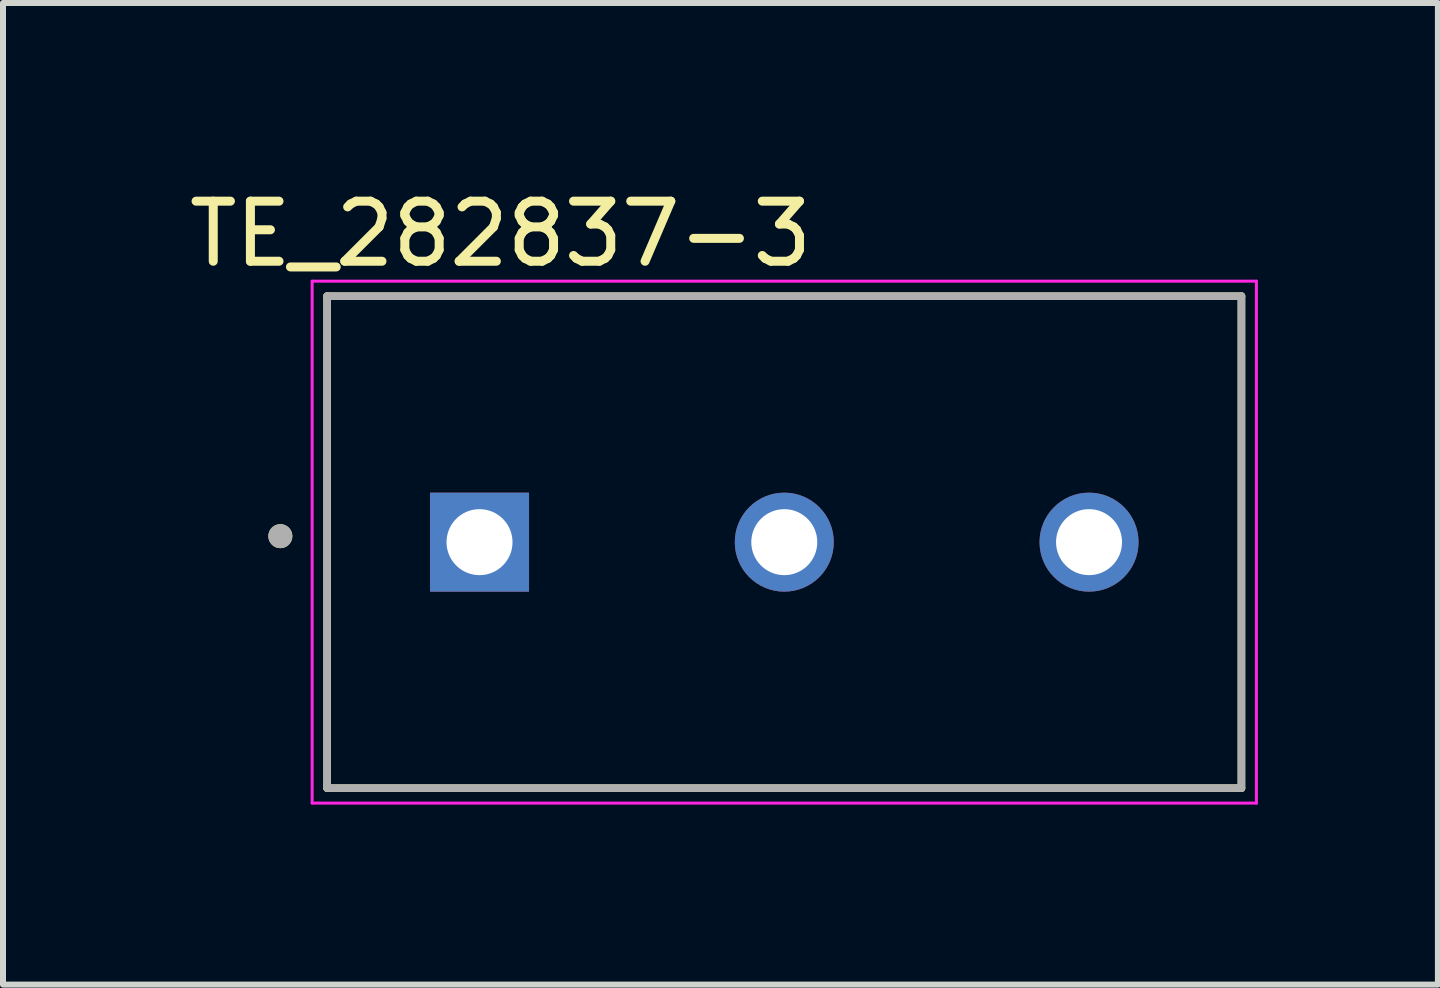
<source format=kicad_pcb>
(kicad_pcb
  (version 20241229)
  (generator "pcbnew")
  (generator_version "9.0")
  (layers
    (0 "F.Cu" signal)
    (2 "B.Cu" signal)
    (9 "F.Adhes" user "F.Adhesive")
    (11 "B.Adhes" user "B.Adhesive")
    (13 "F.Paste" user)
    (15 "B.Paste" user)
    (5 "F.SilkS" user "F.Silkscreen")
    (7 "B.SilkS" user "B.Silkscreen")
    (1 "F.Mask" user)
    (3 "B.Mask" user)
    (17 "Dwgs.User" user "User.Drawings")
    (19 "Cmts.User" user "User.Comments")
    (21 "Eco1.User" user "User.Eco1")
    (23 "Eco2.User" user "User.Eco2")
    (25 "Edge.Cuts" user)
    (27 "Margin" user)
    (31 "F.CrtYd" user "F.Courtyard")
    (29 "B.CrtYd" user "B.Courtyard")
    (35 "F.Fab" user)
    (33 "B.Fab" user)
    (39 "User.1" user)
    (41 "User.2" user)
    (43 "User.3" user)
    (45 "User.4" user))
  (footprint "TE_282837-3"
    (layer "F.Cu")
    (at 10.023 5.987)
    (property "Reference" "TE_282837-3" (at -4.728 -5.138 0) (layer "F.SilkS") (effects (font (size 1.001 1.001) (thickness 0.15))))
    (attr through_hole)
    (fp_line (start -7.62 -4.1) (end 7.62 -4.1) (stroke (width 0.127) (type solid)) (layer "F.SilkS"))
    (fp_line (start -7.62 4.1) (end -7.62 -4.1) (stroke (width 0.127) (type solid)) (layer "F.SilkS"))
    (fp_line (start 7.62 -4.1) (end 7.62 4.1) (stroke (width 0.127) (type solid)) (layer "F.SilkS"))
    (fp_line (start 7.62 4.1) (end -7.62 4.1) (stroke (width 0.127) (type solid)) (layer "F.SilkS"))
    (fp_circle (center -8.4 -0.1) (end -8.3 -0.1) (stroke (width 0.2) (type solid)) (fill no) (layer "F.SilkS"))
    (fp_line (start -7.87 -4.35) (end 7.87 -4.35) (stroke (width 0.05) (type solid)) (layer "F.CrtYd"))
    (fp_line (start -7.87 4.35) (end -7.87 -4.35) (stroke (width 0.05) (type solid)) (layer "F.CrtYd"))
    (fp_line (start 7.87 -4.35) (end 7.87 4.35) (stroke (width 0.05) (type solid)) (layer "F.CrtYd"))
    (fp_line (start 7.87 4.35) (end -7.87 4.35) (stroke (width 0.05) (type solid)) (layer "F.CrtYd"))
    (fp_line (start -7.62 -4.1) (end 7.62 -4.1) (stroke (width 0.127) (type solid)) (layer "F.Fab"))
    (fp_line (start -7.62 4.1) (end -7.62 -4.1) (stroke (width 0.127) (type solid)) (layer "F.Fab"))
    (fp_line (start 7.62 -4.1) (end 7.62 4.1) (stroke (width 0.127) (type solid)) (layer "F.Fab"))
    (fp_line (start 7.62 4.1) (end -7.62 4.1) (stroke (width 0.127) (type solid)) (layer "F.Fab"))
    (fp_circle (center -8.4 -0.1) (end -8.3 -0.1) (stroke (width 0.2) (type solid)) (fill no) (layer "F.Fab"))
    (pad "1" thru_hole rect (at -5.08 0) (size 1.65 1.65) (drill 1.1) (layers "*.Cu" "*.Mask"))
    (pad "2" thru_hole circle (at 0 0) (size 1.65 1.65) (drill 1.1) (layers "*.Cu" "*.Mask"))
    (pad "3" thru_hole circle (at 5.08 0) (size 1.65 1.65) (drill 1.1) (layers "*.Cu" "*.Mask")))
  (gr_rect
    (start -3 -3)
    (end 20.918 13.362)
    (stroke (width 0.1) (type default))
    (fill no)
    (layer "Edge.Cuts")))
</source>
